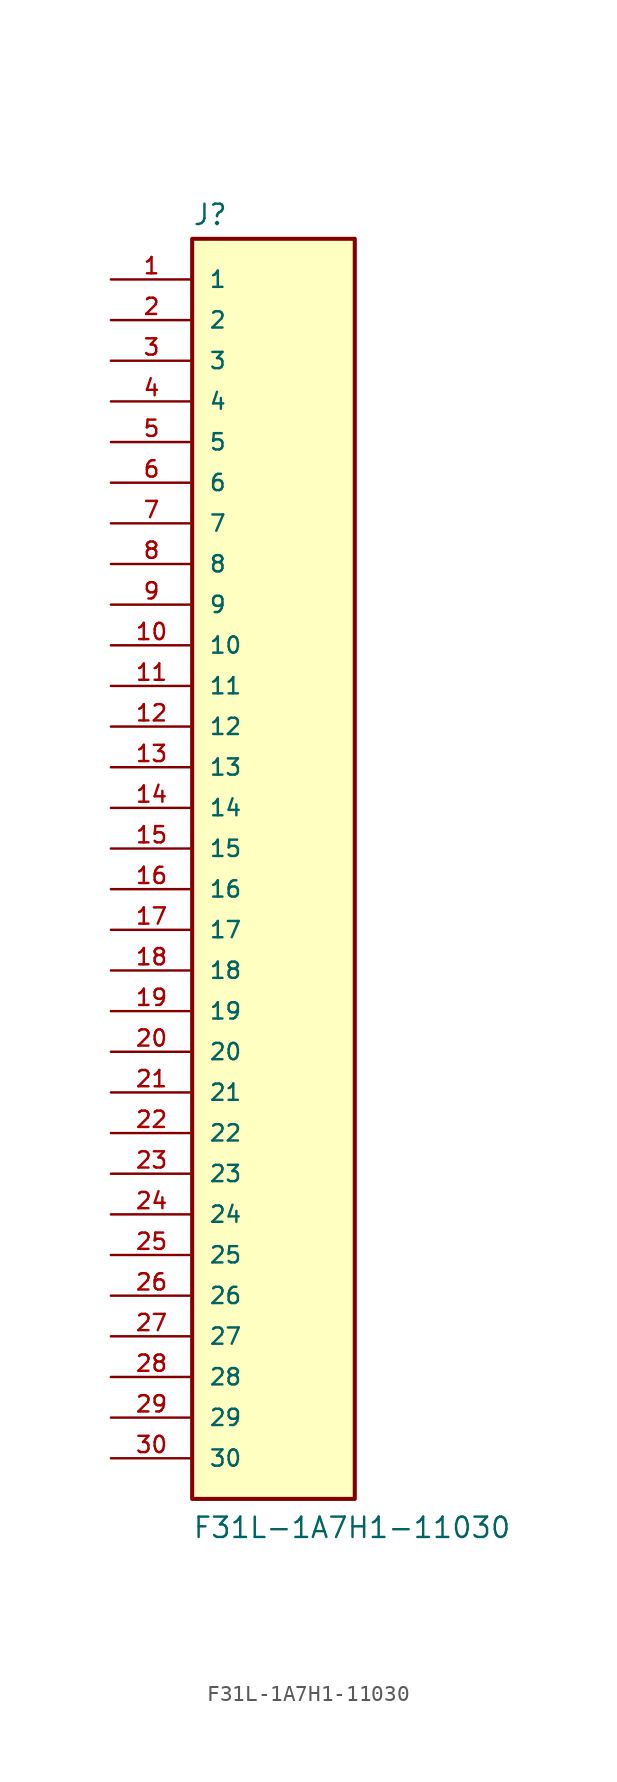
<source format=kicad_sym>
(kicad_symbol_lib
  (version 20211014)
  (generator kicad_symbol_editor)
  (symbol "F31L-1A7H1-11030"
    (pin_names
      (offset 1.016))
    (property "Reference" "J"
      (at -5.08 38.862 0)
      (effects (font (size 1.27 1.27)) (justify bottom left)))
    (property "Value" "F31L-1A7H1-11030"
      (at -5.08 -43.18 0)
      (effects (font (size 1.27 1.27)) (justify bottom left)))
    (symbol "F31L-1A7H1-11030_0_0"
      (rectangle (start -5.08 -40.64) (end 5.08 38.1) (stroke (width 0.254)) (fill (type background)))
      (pin passive line (at -10.16 35.56 0) (length 5.08) (name "1" (effects (font (size 1.016 1.016)))) (number "1" (effects (font (size 1.016 1.016)))))
      (pin passive line (at -10.16 33.02 0) (length 5.08) (name "2" (effects (font (size 1.016 1.016)))) (number "2" (effects (font (size 1.016 1.016)))))
      (pin passive line (at -10.16 30.48 0) (length 5.08) (name "3" (effects (font (size 1.016 1.016)))) (number "3" (effects (font (size 1.016 1.016)))))
      (pin passive line (at -10.16 27.94 0) (length 5.08) (name "4" (effects (font (size 1.016 1.016)))) (number "4" (effects (font (size 1.016 1.016)))))
      (pin passive line (at -10.16 25.4 0) (length 5.08) (name "5" (effects (font (size 1.016 1.016)))) (number "5" (effects (font (size 1.016 1.016)))))
      (pin passive line (at -10.16 22.86 0) (length 5.08) (name "6" (effects (font (size 1.016 1.016)))) (number "6" (effects (font (size 1.016 1.016)))))
      (pin passive line (at -10.16 20.32 0) (length 5.08) (name "7" (effects (font (size 1.016 1.016)))) (number "7" (effects (font (size 1.016 1.016)))))
      (pin passive line (at -10.16 17.78 0) (length 5.08) (name "8" (effects (font (size 1.016 1.016)))) (number "8" (effects (font (size 1.016 1.016)))))
      (pin passive line (at -10.16 15.24 0) (length 5.08) (name "9" (effects (font (size 1.016 1.016)))) (number "9" (effects (font (size 1.016 1.016)))))
      (pin passive line (at -10.16 12.7 0) (length 5.08) (name "10" (effects (font (size 1.016 1.016)))) (number "10" (effects (font (size 1.016 1.016)))))
      (pin passive line (at -10.16 10.16 0) (length 5.08) (name "11" (effects (font (size 1.016 1.016)))) (number "11" (effects (font (size 1.016 1.016)))))
      (pin passive line (at -10.16 7.62 0) (length 5.08) (name "12" (effects (font (size 1.016 1.016)))) (number "12" (effects (font (size 1.016 1.016)))))
      (pin passive line (at -10.16 5.08 0) (length 5.08) (name "13" (effects (font (size 1.016 1.016)))) (number "13" (effects (font (size 1.016 1.016)))))
      (pin passive line (at -10.16 2.54 0) (length 5.08) (name "14" (effects (font (size 1.016 1.016)))) (number "14" (effects (font (size 1.016 1.016)))))
      (pin passive line (at -10.16 0.0 0) (length 5.08) (name "15" (effects (font (size 1.016 1.016)))) (number "15" (effects (font (size 1.016 1.016)))))
      (pin passive line (at -10.16 -2.54 0) (length 5.08) (name "16" (effects (font (size 1.016 1.016)))) (number "16" (effects (font (size 1.016 1.016)))))
      (pin passive line (at -10.16 -5.08 0) (length 5.08) (name "17" (effects (font (size 1.016 1.016)))) (number "17" (effects (font (size 1.016 1.016)))))
      (pin passive line (at -10.16 -7.62 0) (length 5.08) (name "18" (effects (font (size 1.016 1.016)))) (number "18" (effects (font (size 1.016 1.016)))))
      (pin passive line (at -10.16 -10.16 0) (length 5.08) (name "19" (effects (font (size 1.016 1.016)))) (number "19" (effects (font (size 1.016 1.016)))))
      (pin passive line (at -10.16 -12.7 0) (length 5.08) (name "20" (effects (font (size 1.016 1.016)))) (number "20" (effects (font (size 1.016 1.016)))))
      (pin passive line (at -10.16 -15.24 0) (length 5.08) (name "21" (effects (font (size 1.016 1.016)))) (number "21" (effects (font (size 1.016 1.016)))))
      (pin passive line (at -10.16 -17.78 0) (length 5.08) (name "22" (effects (font (size 1.016 1.016)))) (number "22" (effects (font (size 1.016 1.016)))))
      (pin passive line (at -10.16 -20.32 0) (length 5.08) (name "23" (effects (font (size 1.016 1.016)))) (number "23" (effects (font (size 1.016 1.016)))))
      (pin passive line (at -10.16 -22.86 0) (length 5.08) (name "24" (effects (font (size 1.016 1.016)))) (number "24" (effects (font (size 1.016 1.016)))))
      (pin passive line (at -10.16 -25.4 0) (length 5.08) (name "25" (effects (font (size 1.016 1.016)))) (number "25" (effects (font (size 1.016 1.016)))))
      (pin passive line (at -10.16 -27.94 0) (length 5.08) (name "26" (effects (font (size 1.016 1.016)))) (number "26" (effects (font (size 1.016 1.016)))))
      (pin passive line (at -10.16 -30.48 0) (length 5.08) (name "27" (effects (font (size 1.016 1.016)))) (number "27" (effects (font (size 1.016 1.016)))))
      (pin passive line (at -10.16 -33.02 0) (length 5.08) (name "28" (effects (font (size 1.016 1.016)))) (number "28" (effects (font (size 1.016 1.016)))))
      (pin passive line (at -10.16 -35.56 0) (length 5.08) (name "29" (effects (font (size 1.016 1.016)))) (number "29" (effects (font (size 1.016 1.016)))))
      (pin passive line (at -10.16 -38.1 0) (length 5.08) (name "30" (effects (font (size 1.016 1.016)))) (number "30" (effects (font (size 1.016 1.016))))))))
</source>
